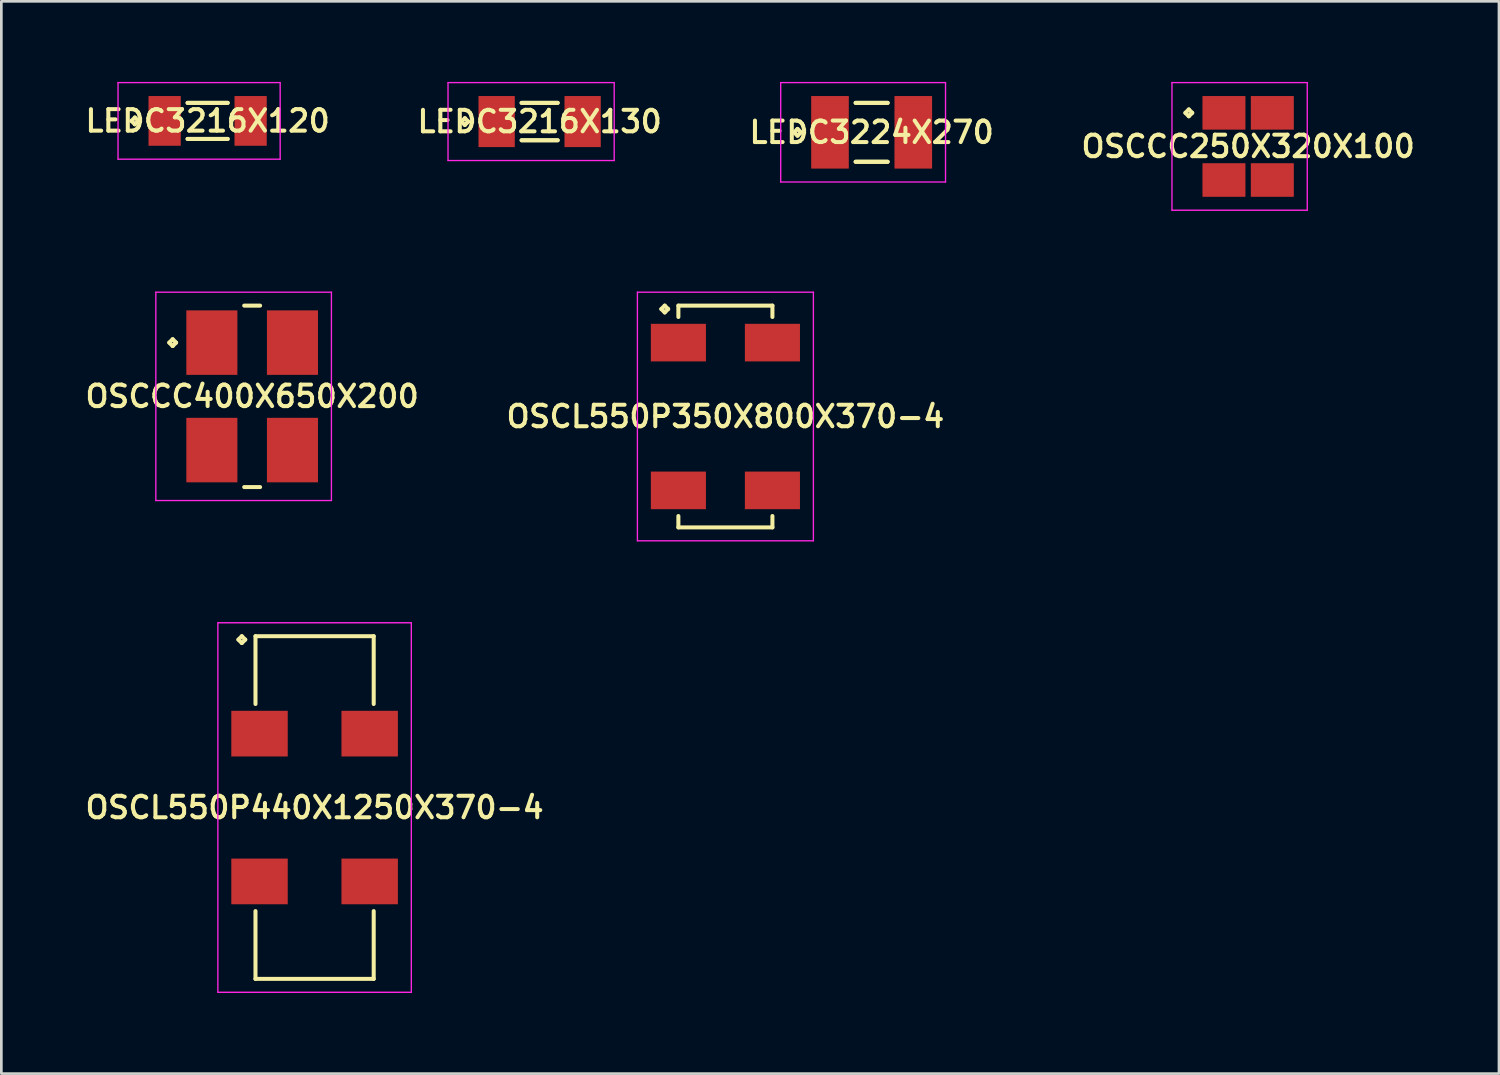
<source format=kicad_pcb>
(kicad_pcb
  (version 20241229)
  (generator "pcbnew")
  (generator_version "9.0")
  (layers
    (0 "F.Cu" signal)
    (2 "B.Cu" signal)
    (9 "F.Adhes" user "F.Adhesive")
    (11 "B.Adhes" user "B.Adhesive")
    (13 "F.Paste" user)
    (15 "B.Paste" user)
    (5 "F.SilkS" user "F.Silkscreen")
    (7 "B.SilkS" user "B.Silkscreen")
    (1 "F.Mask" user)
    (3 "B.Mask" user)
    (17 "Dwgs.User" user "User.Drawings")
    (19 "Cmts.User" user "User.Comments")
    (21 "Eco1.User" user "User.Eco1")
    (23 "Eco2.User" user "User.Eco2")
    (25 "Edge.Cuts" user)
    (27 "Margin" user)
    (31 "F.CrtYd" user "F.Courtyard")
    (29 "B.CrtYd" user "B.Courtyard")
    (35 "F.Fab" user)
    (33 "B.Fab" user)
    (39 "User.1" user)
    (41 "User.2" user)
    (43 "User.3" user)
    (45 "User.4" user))
  (footprint "OSCL550P440X1250X370-4"
    (layer "F.Cu")
    (at 8.659 27.006)
    (property "Reference" "OSCL550P440X1250X370-4" (at 0 0 0) (layer "F.SilkS") (effects (font (size 0.8 0.8) (thickness 0.15))))
    (attr smd)
    (fp_line (start -2.835 -6.25) (end -2.708 -6.377) (stroke (width 0.15) (type solid)) (layer "F.SilkS"))
    (fp_line (start -2.708 -6.377) (end -2.581 -6.25) (stroke (width 0.15) (type solid)) (layer "F.SilkS"))
    (fp_line (start -2.708 -6.123) (end -2.835 -6.25) (stroke (width 0.15) (type solid)) (layer "F.SilkS"))
    (fp_line (start -2.581 -6.25) (end -2.708 -6.123) (stroke (width 0.15) (type solid)) (layer "F.SilkS"))
    (fp_line (start -2.2 -6.377) (end 2.2 -6.377) (stroke (width 0.15) (type solid)) (layer "F.SilkS"))
    (fp_line (start -2.2 -3.854) (end -2.2 -6.377) (stroke (width 0.15) (type solid)) (layer "F.SilkS"))
    (fp_line (start -2.2 3.854) (end -2.2 6.377) (stroke (width 0.15) (type solid)) (layer "F.SilkS"))
    (fp_line (start -2.2 6.377) (end 2.2 6.377) (stroke (width 0.15) (type solid)) (layer "F.SilkS"))
    (fp_line (start 2.2 -6.377) (end 2.2 -3.854) (stroke (width 0.15) (type solid)) (layer "F.SilkS"))
    (fp_line (start 2.2 6.377) (end 2.2 3.854) (stroke (width 0.15) (type solid)) (layer "F.SilkS"))
    (fp_line (start -3.6 -6.877) (end 3.6 -6.877) (stroke (width 0.05) (type solid)) (layer "F.CrtYd"))
    (fp_line (start -3.6 6.877) (end -3.6 -6.877) (stroke (width 0.05) (type solid)) (layer "F.CrtYd"))
    (fp_line (start 3.6 -6.877) (end 3.6 6.877) (stroke (width 0.05) (type solid)) (layer "F.CrtYd"))
    (fp_line (start 3.6 6.877) (end -3.6 6.877) (stroke (width 0.05) (type solid)) (layer "F.CrtYd"))
    (pad "1" smd rect (at -2.05 -2.75) (size 2.1 1.7) (layers "F.Cu" "F.Mask" "F.Paste"))
    (pad "2" smd rect (at -2.05 2.75) (size 2.1 1.7) (layers "F.Cu" "F.Mask" "F.Paste"))
    (pad "3" smd rect (at 2.05 2.75) (size 2.1 1.7) (layers "F.Cu" "F.Mask" "F.Paste"))
    (pad "4" smd rect (at 2.05 -2.75) (size 2.1 1.7) (layers "F.Cu" "F.Mask" "F.Paste")))
  (footprint "OSCCC400X650X200"
    (layer "F.Cu")
    (at 6.335 11.702)
    (property "Reference" "OSCCC400X650X200" (at 0 0 0) (layer "F.SilkS") (effects (font (size 0.8 0.8) (thickness 0.15))))
    (attr smd)
    (fp_line (start -3.085 -2) (end -2.958 -2.127) (stroke (width 0.15) (type solid)) (layer "F.SilkS"))
    (fp_line (start -2.958 -2.127) (end -2.831 -2) (stroke (width 0.15) (type solid)) (layer "F.SilkS"))
    (fp_line (start -2.958 -1.873) (end -3.085 -2) (stroke (width 0.15) (type solid)) (layer "F.SilkS"))
    (fp_line (start -2.831 -2) (end -2.958 -1.873) (stroke (width 0.15) (type solid)) (layer "F.SilkS"))
    (fp_line (start -0.296 -3.377) (end 0.296 -3.377) (stroke (width 0.15) (type solid)) (layer "F.SilkS"))
    (fp_line (start -0.296 3.377) (end 0.296 3.377) (stroke (width 0.15) (type solid)) (layer "F.SilkS"))
    (fp_line (start -3.585 -3.877) (end 2.95 -3.877) (stroke (width 0.05) (type solid)) (layer "F.CrtYd"))
    (fp_line (start -3.585 3.877) (end -3.585 -3.877) (stroke (width 0.05) (type solid)) (layer "F.CrtYd"))
    (fp_line (start 2.95 -3.877) (end 2.95 3.877) (stroke (width 0.05) (type solid)) (layer "F.CrtYd"))
    (fp_line (start 2.95 3.877) (end -3.585 3.877) (stroke (width 0.05) (type solid)) (layer "F.CrtYd"))
    (pad "1" smd rect (at -1.5 -2) (size 1.9 2.4) (layers "F.Cu" "F.Mask" "F.Paste"))
    (pad "2" smd rect (at -1.5 2) (size 1.9 2.4) (layers "F.Cu" "F.Mask" "F.Paste"))
    (pad "3" smd rect (at 1.5 2) (size 1.9 2.4) (layers "F.Cu" "F.Mask" "F.Paste"))
    (pad "4" smd rect (at 1.5 -2) (size 1.9 2.4) (layers "F.Cu" "F.Mask" "F.Paste")))
  (footprint "OSCCC250X320X100"
    (layer "F.Cu")
    (at 43.405 2.4)
    (property "Reference" "OSCCC250X320X100" (at 0 0 0) (layer "F.SilkS") (effects (font (size 0.8 0.8) (thickness 0.15))))
    (attr smd)
    (fp_line (start -2.335 -1.25) (end -2.208 -1.377) (stroke (width 0.15) (type solid)) (layer "F.SilkS"))
    (fp_line (start -2.208 -1.377) (end -2.081 -1.25) (stroke (width 0.15) (type solid)) (layer "F.SilkS"))
    (fp_line (start -2.208 -1.123) (end -2.335 -1.25) (stroke (width 0.15) (type solid)) (layer "F.SilkS"))
    (fp_line (start -2.081 -1.25) (end -2.208 -1.123) (stroke (width 0.15) (type solid)) (layer "F.SilkS"))
    (fp_line (start -2.835 -2.375) (end 2.2 -2.375) (stroke (width 0.05) (type solid)) (layer "F.CrtYd"))
    (fp_line (start -2.835 2.375) (end -2.835 -2.375) (stroke (width 0.05) (type solid)) (layer "F.CrtYd"))
    (fp_line (start 2.2 -2.375) (end 2.2 2.375) (stroke (width 0.05) (type solid)) (layer "F.CrtYd"))
    (fp_line (start 2.2 2.375) (end -2.835 2.375) (stroke (width 0.05) (type solid)) (layer "F.CrtYd"))
    (pad "1" smd rect (at -0.9 -1.25) (size 1.6 1.25) (layers "F.Cu" "F.Mask" "F.Paste"))
    (pad "2" smd rect (at -0.9 1.25) (size 1.6 1.25) (layers "F.Cu" "F.Mask" "F.Paste"))
    (pad "3" smd rect (at 0.9 1.25) (size 1.6 1.25) (layers "F.Cu" "F.Mask" "F.Paste"))
    (pad "4" smd rect (at 0.9 -1.25) (size 1.6 1.25) (layers "F.Cu" "F.Mask" "F.Paste")))
  (footprint "LEDC3216X120"
    (layer "F.Cu")
    (at 4.678 1.45)
    (property "Reference" "LEDC3216X120" (at 0 0 0) (layer "F.SilkS") (effects (font (size 0.8 0.8) (thickness 0.15))))
    (attr smd)
    (fp_line (start -2.835 0) (end -2.708 -0.127) (stroke (width 0.15) (type solid)) (layer "F.SilkS"))
    (fp_line (start -2.708 -0.127) (end -2.581 0) (stroke (width 0.15) (type solid)) (layer "F.SilkS"))
    (fp_line (start -2.708 0.127) (end -2.835 0) (stroke (width 0.15) (type solid)) (layer "F.SilkS"))
    (fp_line (start -2.581 0) (end -2.708 0.127) (stroke (width 0.15) (type solid)) (layer "F.SilkS"))
    (fp_line (start -0.746 -0.671) (end 0.746 -0.671) (stroke (width 0.15) (type solid)) (layer "F.SilkS"))
    (fp_line (start -0.746 0.671) (end 0.746 0.671) (stroke (width 0.15) (type solid)) (layer "F.SilkS"))
    (fp_line (start 0.746 -0.671) (end -0.746 -0.671) (stroke (width 0.15) (type solid)) (layer "F.SilkS"))
    (fp_line (start 0.746 0.671) (end -0.746 0.671) (stroke (width 0.15) (type solid)) (layer "F.SilkS"))
    (fp_line (start -3.335 -1.425) (end 2.7 -1.425) (stroke (width 0.05) (type solid)) (layer "F.CrtYd"))
    (fp_line (start -3.335 1.425) (end -3.335 -1.425) (stroke (width 0.05) (type solid)) (layer "F.CrtYd"))
    (fp_line (start 2.7 -1.425) (end 2.7 1.425) (stroke (width 0.05) (type solid)) (layer "F.CrtYd"))
    (fp_line (start 2.7 1.425) (end -3.335 1.425) (stroke (width 0.05) (type solid)) (layer "F.CrtYd"))
    (pad "1" smd rect (at -1.6 0) (size 1.2 1.85) (layers "F.Cu" "F.Mask" "F.Paste"))
    (pad "2" smd rect (at 1.6 0) (size 1.2 1.85) (layers "F.Cu" "F.Mask" "F.Paste")))
  (footprint "LEDC3216X130"
    (layer "F.Cu")
    (at 17.035 1.475)
    (property "Reference" "LEDC3216X130" (at 0 0 0) (layer "F.SilkS") (effects (font (size 0.8 0.8) (thickness 0.15))))
    (attr smd)
    (fp_line (start -2.91 0) (end -2.783 -0.127) (stroke (width 0.15) (type solid)) (layer "F.SilkS"))
    (fp_line (start -2.783 -0.127) (end -2.656 0) (stroke (width 0.15) (type solid)) (layer "F.SilkS"))
    (fp_line (start -2.783 0.127) (end -2.91 0) (stroke (width 0.15) (type solid)) (layer "F.SilkS"))
    (fp_line (start -2.656 0) (end -2.783 0.127) (stroke (width 0.15) (type solid)) (layer "F.SilkS"))
    (fp_line (start -0.671 -0.696) (end 0.671 -0.696) (stroke (width 0.15) (type solid)) (layer "F.SilkS"))
    (fp_line (start -0.671 0.696) (end 0.671 0.696) (stroke (width 0.15) (type solid)) (layer "F.SilkS"))
    (fp_line (start 0.671 -0.696) (end -0.671 -0.696) (stroke (width 0.15) (type solid)) (layer "F.SilkS"))
    (fp_line (start 0.671 0.696) (end -0.671 0.696) (stroke (width 0.15) (type solid)) (layer "F.SilkS"))
    (fp_line (start -3.41 -1.45) (end 2.775 -1.45) (stroke (width 0.05) (type solid)) (layer "F.CrtYd"))
    (fp_line (start -3.41 1.45) (end -3.41 -1.45) (stroke (width 0.05) (type solid)) (layer "F.CrtYd"))
    (fp_line (start 2.775 -1.45) (end 2.775 1.45) (stroke (width 0.05) (type solid)) (layer "F.CrtYd"))
    (fp_line (start 2.775 1.45) (end -3.41 1.45) (stroke (width 0.05) (type solid)) (layer "F.CrtYd"))
    (pad "1" smd rect (at -1.6 0) (size 1.35 1.9) (layers "F.Cu" "F.Mask" "F.Paste"))
    (pad "2" smd rect (at 1.6 0) (size 1.35 1.9) (layers "F.Cu" "F.Mask" "F.Paste")))
  (footprint "LEDC3224X270"
    (layer "F.Cu")
    (at 29.392 1.875)
    (property "Reference" "LEDC3224X270" (at 0 0 0) (layer "F.SilkS") (effects (font (size 0.8 0.8) (thickness 0.15))))
    (attr smd)
    (fp_line (start -2.885 0) (end -2.758 -0.127) (stroke (width 0.15) (type solid)) (layer "F.SilkS"))
    (fp_line (start -2.758 -0.127) (end -2.631 0) (stroke (width 0.15) (type solid)) (layer "F.SilkS"))
    (fp_line (start -2.758 0.127) (end -2.885 0) (stroke (width 0.15) (type solid)) (layer "F.SilkS"))
    (fp_line (start -2.631 0) (end -2.758 0.127) (stroke (width 0.15) (type solid)) (layer "F.SilkS"))
    (fp_line (start -0.596 -1.096) (end 0.596 -1.096) (stroke (width 0.15) (type solid)) (layer "F.SilkS"))
    (fp_line (start -0.596 1.096) (end 0.596 1.096) (stroke (width 0.15) (type solid)) (layer "F.SilkS"))
    (fp_line (start 0.596 -1.096) (end -0.596 -1.096) (stroke (width 0.15) (type solid)) (layer "F.SilkS"))
    (fp_line (start 0.596 1.096) (end -0.596 1.096) (stroke (width 0.15) (type solid)) (layer "F.SilkS"))
    (fp_line (start -3.385 -1.85) (end 2.75 -1.85) (stroke (width 0.05) (type solid)) (layer "F.CrtYd"))
    (fp_line (start -3.385 1.85) (end -3.385 -1.85) (stroke (width 0.05) (type solid)) (layer "F.CrtYd"))
    (fp_line (start 2.75 -1.85) (end 2.75 1.85) (stroke (width 0.05) (type solid)) (layer "F.CrtYd"))
    (fp_line (start 2.75 1.85) (end -3.385 1.85) (stroke (width 0.05) (type solid)) (layer "F.CrtYd"))
    (pad "1" smd rect (at -1.55 0) (size 1.4 2.7) (layers "F.Cu" "F.Mask" "F.Paste"))
    (pad "2" smd rect (at 1.55 0) (size 1.4 2.7) (layers "F.Cu" "F.Mask" "F.Paste")))
  (footprint "OSCL550P350X800X370-4"
    (layer "F.Cu")
    (at 23.949 12.452)
    (property "Reference" "OSCL550P350X800X370-4" (at 0 0 0) (layer "F.SilkS") (effects (font (size 0.8 0.8) (thickness 0.15))))
    (attr smd)
    (fp_line (start -2.385 -4) (end -2.258 -4.127) (stroke (width 0.15) (type solid)) (layer "F.SilkS"))
    (fp_line (start -2.258 -4.127) (end -2.131 -4) (stroke (width 0.15) (type solid)) (layer "F.SilkS"))
    (fp_line (start -2.258 -3.873) (end -2.385 -4) (stroke (width 0.15) (type solid)) (layer "F.SilkS"))
    (fp_line (start -2.131 -4) (end -2.258 -3.873) (stroke (width 0.15) (type solid)) (layer "F.SilkS"))
    (fp_line (start -1.75 -4.127) (end 1.75 -4.127) (stroke (width 0.15) (type solid)) (layer "F.SilkS"))
    (fp_line (start -1.75 -3.704) (end -1.75 -4.127) (stroke (width 0.15) (type solid)) (layer "F.SilkS"))
    (fp_line (start -1.75 3.704) (end -1.75 4.127) (stroke (width 0.15) (type solid)) (layer "F.SilkS"))
    (fp_line (start -1.75 4.127) (end 1.75 4.127) (stroke (width 0.15) (type solid)) (layer "F.SilkS"))
    (fp_line (start 1.75 -4.127) (end 1.75 -3.704) (stroke (width 0.15) (type solid)) (layer "F.SilkS"))
    (fp_line (start 1.75 4.127) (end 1.75 3.704) (stroke (width 0.15) (type solid)) (layer "F.SilkS"))
    (fp_line (start -3.275 -4.627) (end 3.275 -4.627) (stroke (width 0.05) (type solid)) (layer "F.CrtYd"))
    (fp_line (start -3.275 4.627) (end -3.275 -4.627) (stroke (width 0.05) (type solid)) (layer "F.CrtYd"))
    (fp_line (start 3.275 -4.627) (end 3.275 4.627) (stroke (width 0.05) (type solid)) (layer "F.CrtYd"))
    (fp_line (start 3.275 4.627) (end -3.275 4.627) (stroke (width 0.05) (type solid)) (layer "F.CrtYd"))
    (pad "1" smd rect (at -1.75 -2.75) (size 2.05 1.4) (layers "F.Cu" "F.Mask" "F.Paste"))
    (pad "2" smd rect (at -1.75 2.75) (size 2.05 1.4) (layers "F.Cu" "F.Mask" "F.Paste"))
    (pad "3" smd rect (at 1.75 2.75) (size 2.05 1.4) (layers "F.Cu" "F.Mask" "F.Paste"))
    (pad "4" smd rect (at 1.75 -2.75) (size 2.05 1.4) (layers "F.Cu" "F.Mask" "F.Paste")))
  (gr_rect
    (start -3 -3)
    (end 52.741 36.908)
    (stroke (width 0.1) (type default))
    (fill no)
    (layer "Edge.Cuts")))
</source>
